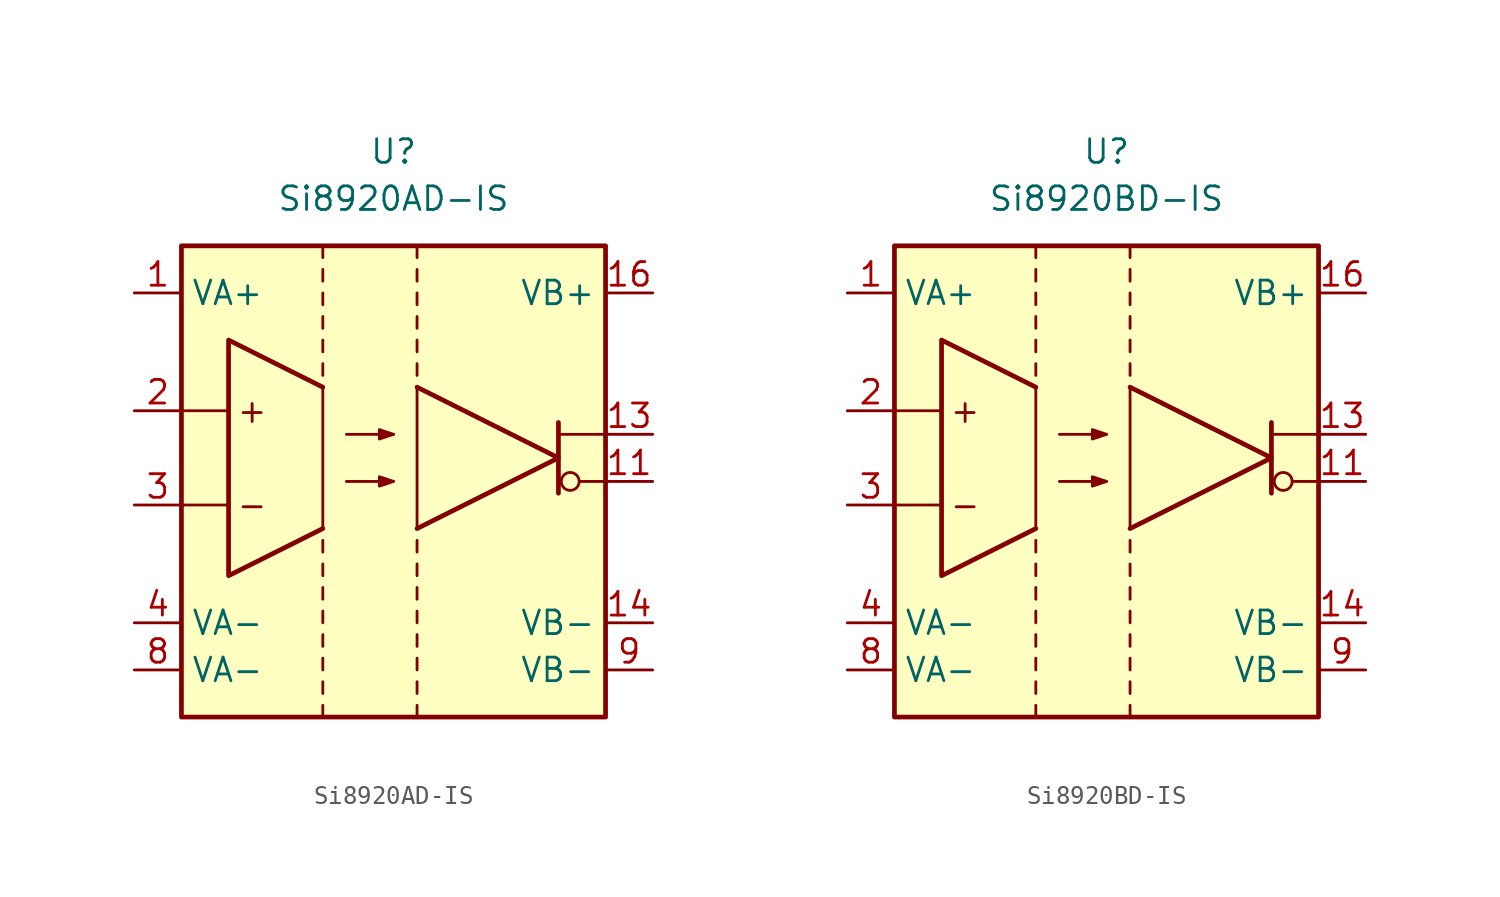
<source format=kicad_sym>
(kicad_symbol_lib
  (version 20231120)
  (generator "kicad_symbol_editor")
  (generator_version "8.0")
  (symbol "Si8920AD-IS"
    (property "Reference" "U"
      (at 0 16.51 0)
      (effects (font (size 1.27 1.27))))
    (property "Value" "Si8920AD-IS"
      (at 0 13.97 0)
      (effects (font (size 1.27 1.27))))
    (symbol "Si8920AD-IS_0_0"
      (rectangle (start -11.43 11.43) (end 11.43 -13.97) (stroke (width 0.254) (type default)) (fill (type background)))
      (polyline (pts (xy -11.43 -2.54) (xy -8.89 -2.54)) (stroke (width 0.152) (type default)) (fill (type none)))
      (polyline (pts (xy -11.43 2.54) (xy -8.89 2.54)) (stroke (width 0.152) (type default)) (fill (type none)))
      (polyline (pts (xy -3.81 3.81) (xy -3.81 -3.81)) (stroke (width 0.152) (type default)) (fill (type none)))
      (polyline (pts (xy 1.27 3.81) (xy 1.27 -3.81)) (stroke (width 0.152) (type default)) (fill (type none)))
      (polyline (pts (xy 1.27 3.81) (xy 8.89 0) (xy 1.27 -3.81)) (stroke (width 0.254) (type default)) (fill (type none)))
      (polyline (pts (xy -3.81 3.81) (xy -8.89 6.35) (xy -8.89 -6.35) (xy -3.81 -3.81)) (stroke (width 0.254) (type default)) (fill (type none)))
      (text "+" (at -7.62 2.54 0) (effects (font (size 1.27 1.27))))
      (text "-" (at -7.62 -2.54 0) (effects (font (size 1.27 1.27)))))
    (symbol "Si8920AD-IS_0_1"
      (polyline (pts (xy -3.81 -13.97) (xy -3.81 -13.335)) (stroke (width 0.152) (type default)) (fill (type none)))
      (polyline (pts (xy -3.81 -12.7) (xy -3.81 -12.065)) (stroke (width 0.152) (type default)) (fill (type none)))
      (polyline (pts (xy -3.81 -11.43) (xy -3.81 -10.795)) (stroke (width 0.152) (type default)) (fill (type none)))
      (polyline (pts (xy -3.81 -10.16) (xy -3.81 -9.525)) (stroke (width 0.152) (type default)) (fill (type none)))
      (polyline (pts (xy -3.81 -8.255) (xy -3.81 -8.89)) (stroke (width 0.152) (type default)) (fill (type none)))
      (polyline (pts (xy -3.81 -6.985) (xy -3.81 -7.62)) (stroke (width 0.152) (type default)) (fill (type none)))
      (polyline (pts (xy -3.81 -5.715) (xy -3.81 -6.35)) (stroke (width 0.152) (type default)) (fill (type none)))
      (polyline (pts (xy -3.81 -4.445) (xy -3.81 -5.08)) (stroke (width 0.152) (type default)) (fill (type none)))
      (polyline (pts (xy -3.81 4.445) (xy -3.81 5.08)) (stroke (width 0.152) (type default)) (fill (type none)))
      (polyline (pts (xy -3.81 5.715) (xy -3.81 6.35)) (stroke (width 0.152) (type default)) (fill (type none)))
      (polyline (pts (xy -3.81 7.62) (xy -3.81 6.985)) (stroke (width 0.152) (type default)) (fill (type none)))
      (polyline (pts (xy -3.81 8.89) (xy -3.81 8.255)) (stroke (width 0.152) (type default)) (fill (type none)))
      (polyline (pts (xy -3.81 10.16) (xy -3.81 9.525)) (stroke (width 0.152) (type default)) (fill (type none)))
      (polyline (pts (xy -3.81 11.43) (xy -3.81 10.795)) (stroke (width 0.152) (type default)) (fill (type none)))
      (polyline (pts (xy 0 -1.27) (xy -2.54 -1.27)) (stroke (width 0.152) (type default)) (fill (type none)))
      (polyline (pts (xy 0 1.27) (xy -2.54 1.27)) (stroke (width 0.152) (type default)) (fill (type none)))
      (polyline (pts (xy 1.27 -13.97) (xy 1.27 -13.335)) (stroke (width 0.152) (type default)) (fill (type none)))
      (polyline (pts (xy 1.27 -12.7) (xy 1.27 -12.065)) (stroke (width 0.152) (type default)) (fill (type none)))
      (polyline (pts (xy 1.27 -11.43) (xy 1.27 -10.795)) (stroke (width 0.152) (type default)) (fill (type none)))
      (polyline (pts (xy 1.27 -10.16) (xy 1.27 -9.525)) (stroke (width 0.152) (type default)) (fill (type none)))
      (polyline (pts (xy 1.27 -8.255) (xy 1.27 -8.89)) (stroke (width 0.152) (type default)) (fill (type none)))
      (polyline (pts (xy 1.27 -6.985) (xy 1.27 -7.62)) (stroke (width 0.152) (type default)) (fill (type none)))
      (polyline (pts (xy 1.27 -5.715) (xy 1.27 -6.35)) (stroke (width 0.152) (type default)) (fill (type none)))
      (polyline (pts (xy 1.27 -4.445) (xy 1.27 -5.08)) (stroke (width 0.152) (type default)) (fill (type none)))
      (polyline (pts (xy 1.27 4.445) (xy 1.27 5.08)) (stroke (width 0.152) (type default)) (fill (type none)))
      (polyline (pts (xy 1.27 5.715) (xy 1.27 6.35)) (stroke (width 0.152) (type default)) (fill (type none)))
      (polyline (pts (xy 1.27 7.62) (xy 1.27 6.985)) (stroke (width 0.152) (type default)) (fill (type none)))
      (polyline (pts (xy 1.27 8.89) (xy 1.27 8.255)) (stroke (width 0.152) (type default)) (fill (type none)))
      (polyline (pts (xy 1.27 10.16) (xy 1.27 9.525)) (stroke (width 0.152) (type default)) (fill (type none)))
      (polyline (pts (xy 1.27 11.43) (xy 1.27 10.795)) (stroke (width 0.152) (type default)) (fill (type none)))
      (polyline (pts (xy 8.89 1.905) (xy 8.89 -1.905)) (stroke (width 0.254) (type default)) (fill (type none)))
      (polyline (pts (xy 11.43 -1.27) (xy 10.058 -1.27)) (stroke (width 0.152) (type default)) (fill (type none)))
      (polyline (pts (xy 11.43 1.27) (xy 8.89 1.27)) (stroke (width 0.152) (type default)) (fill (type none)))
      (polyline (pts (xy 0 -1.27) (xy -0.762 -1.016) (xy -0.762 -1.524) (xy 0 -1.27)) (stroke (width 0.152) (type default)) (fill (type outline)))
      (polyline (pts (xy 0 1.27) (xy -0.762 1.524) (xy -0.762 1.016) (xy 0 1.27)) (stroke (width 0.152) (type default)) (fill (type outline)))
      (circle (center 9.525 -1.27) (radius 0.483) (stroke (width 0.152) (type default)) (fill (type none))))
    (symbol "Si8920AD-IS_1_1"
      (pin power_in line (at -13.97 8.89 0) (length 2.54) (name "VA+" (effects (font (size 1.27 1.27)))) (number "1" (effects (font (size 1.27 1.27)))))
      (pin free line (at -1.27 -2.54 0) (length 2.54) hide (name "NC" (effects (font (size 1.27 1.27)))) (number "10" (effects (font (size 1.27 1.27)))))
      (pin output line (at 13.97 -1.27 180) (length 2.54) (name "~" (effects (font (size 1.27 1.27)))) (number "11" (effects (font (size 1.27 1.27)))))
      (pin free line (at -1.27 -5.08 0) (length 2.54) hide (name "NC" (effects (font (size 1.27 1.27)))) (number "12" (effects (font (size 1.27 1.27)))))
      (pin output line (at 13.97 1.27 180) (length 2.54) (name "~" (effects (font (size 1.27 1.27)))) (number "13" (effects (font (size 1.27 1.27)))))
      (pin power_in line (at 13.97 -8.89 180) (length 2.54) (name "VB-" (effects (font (size 1.27 1.27)))) (number "14" (effects (font (size 1.27 1.27)))))
      (pin free line (at -1.27 -7.62 0) (length 2.54) hide (name "NC" (effects (font (size 1.27 1.27)))) (number "15" (effects (font (size 1.27 1.27)))))
      (pin power_in line (at 13.97 8.89 180) (length 2.54) (name "VB+" (effects (font (size 1.27 1.27)))) (number "16" (effects (font (size 1.27 1.27)))))
      (pin input line (at -13.97 2.54 0) (length 2.54) (name "~" (effects (font (size 1.27 1.27)))) (number "2" (effects (font (size 1.27 1.27)))))
      (pin input line (at -13.97 -2.54 0) (length 2.54) (name "~" (effects (font (size 1.27 1.27)))) (number "3" (effects (font (size 1.27 1.27)))))
      (pin power_in line (at -13.97 -8.89 0) (length 2.54) (name "VA-" (effects (font (size 1.27 1.27)))) (number "4" (effects (font (size 1.27 1.27)))))
      (pin free line (at -1.27 5.08 0) (length 2.54) hide (name "NC" (effects (font (size 1.27 1.27)))) (number "5" (effects (font (size 1.27 1.27)))))
      (pin free line (at -1.27 2.54 0) (length 2.54) hide (name "NC" (effects (font (size 1.27 1.27)))) (number "6" (effects (font (size 1.27 1.27)))))
      (pin free line (at -1.27 0 0) (length 2.54) hide (name "NC" (effects (font (size 1.27 1.27)))) (number "7" (effects (font (size 1.27 1.27)))))
      (pin power_in line (at -13.97 -11.43 0) (length 2.54) (name "VA-" (effects (font (size 1.27 1.27)))) (number "8" (effects (font (size 1.27 1.27)))))
      (pin power_in line (at 13.97 -11.43 180) (length 2.54) (name "VB-" (effects (font (size 1.27 1.27)))) (number "9" (effects (font (size 1.27 1.27)))))))
  (symbol "Si8920BD-IS"
    (property "Reference" "U"
      (at 0 16.51 0)
      (effects (font (size 1.27 1.27))))
    (property "Value" "Si8920BD-IS"
      (at 0 13.97 0)
      (effects (font (size 1.27 1.27))))
    (symbol "Si8920BD-IS_0_0"
      (rectangle (start -11.43 11.43) (end 11.43 -13.97) (stroke (width 0.254) (type default)) (fill (type background)))
      (polyline (pts (xy -11.43 -2.54) (xy -8.89 -2.54)) (stroke (width 0.152) (type default)) (fill (type none)))
      (polyline (pts (xy -11.43 2.54) (xy -8.89 2.54)) (stroke (width 0.152) (type default)) (fill (type none)))
      (polyline (pts (xy -3.81 3.81) (xy -3.81 -3.81)) (stroke (width 0.152) (type default)) (fill (type none)))
      (polyline (pts (xy 1.27 3.81) (xy 1.27 -3.81)) (stroke (width 0.152) (type default)) (fill (type none)))
      (polyline (pts (xy 1.27 3.81) (xy 8.89 0) (xy 1.27 -3.81)) (stroke (width 0.254) (type default)) (fill (type none)))
      (polyline (pts (xy -3.81 3.81) (xy -8.89 6.35) (xy -8.89 -6.35) (xy -3.81 -3.81)) (stroke (width 0.254) (type default)) (fill (type none)))
      (text "+" (at -7.62 2.54 0) (effects (font (size 1.27 1.27))))
      (text "-" (at -7.62 -2.54 0) (effects (font (size 1.27 1.27)))))
    (symbol "Si8920BD-IS_0_1"
      (polyline (pts (xy -3.81 -13.97) (xy -3.81 -13.335)) (stroke (width 0.152) (type default)) (fill (type none)))
      (polyline (pts (xy -3.81 -12.7) (xy -3.81 -12.065)) (stroke (width 0.152) (type default)) (fill (type none)))
      (polyline (pts (xy -3.81 -11.43) (xy -3.81 -10.795)) (stroke (width 0.152) (type default)) (fill (type none)))
      (polyline (pts (xy -3.81 -10.16) (xy -3.81 -9.525)) (stroke (width 0.152) (type default)) (fill (type none)))
      (polyline (pts (xy -3.81 -8.255) (xy -3.81 -8.89)) (stroke (width 0.152) (type default)) (fill (type none)))
      (polyline (pts (xy -3.81 -6.985) (xy -3.81 -7.62)) (stroke (width 0.152) (type default)) (fill (type none)))
      (polyline (pts (xy -3.81 -5.715) (xy -3.81 -6.35)) (stroke (width 0.152) (type default)) (fill (type none)))
      (polyline (pts (xy -3.81 -4.445) (xy -3.81 -5.08)) (stroke (width 0.152) (type default)) (fill (type none)))
      (polyline (pts (xy -3.81 4.445) (xy -3.81 5.08)) (stroke (width 0.152) (type default)) (fill (type none)))
      (polyline (pts (xy -3.81 5.715) (xy -3.81 6.35)) (stroke (width 0.152) (type default)) (fill (type none)))
      (polyline (pts (xy -3.81 7.62) (xy -3.81 6.985)) (stroke (width 0.152) (type default)) (fill (type none)))
      (polyline (pts (xy -3.81 8.89) (xy -3.81 8.255)) (stroke (width 0.152) (type default)) (fill (type none)))
      (polyline (pts (xy -3.81 10.16) (xy -3.81 9.525)) (stroke (width 0.152) (type default)) (fill (type none)))
      (polyline (pts (xy -3.81 11.43) (xy -3.81 10.795)) (stroke (width 0.152) (type default)) (fill (type none)))
      (polyline (pts (xy 0 -1.27) (xy -2.54 -1.27)) (stroke (width 0.152) (type default)) (fill (type none)))
      (polyline (pts (xy 0 1.27) (xy -2.54 1.27)) (stroke (width 0.152) (type default)) (fill (type none)))
      (polyline (pts (xy 1.27 -13.97) (xy 1.27 -13.335)) (stroke (width 0.152) (type default)) (fill (type none)))
      (polyline (pts (xy 1.27 -12.7) (xy 1.27 -12.065)) (stroke (width 0.152) (type default)) (fill (type none)))
      (polyline (pts (xy 1.27 -11.43) (xy 1.27 -10.795)) (stroke (width 0.152) (type default)) (fill (type none)))
      (polyline (pts (xy 1.27 -10.16) (xy 1.27 -9.525)) (stroke (width 0.152) (type default)) (fill (type none)))
      (polyline (pts (xy 1.27 -8.255) (xy 1.27 -8.89)) (stroke (width 0.152) (type default)) (fill (type none)))
      (polyline (pts (xy 1.27 -6.985) (xy 1.27 -7.62)) (stroke (width 0.152) (type default)) (fill (type none)))
      (polyline (pts (xy 1.27 -5.715) (xy 1.27 -6.35)) (stroke (width 0.152) (type default)) (fill (type none)))
      (polyline (pts (xy 1.27 -4.445) (xy 1.27 -5.08)) (stroke (width 0.152) (type default)) (fill (type none)))
      (polyline (pts (xy 1.27 4.445) (xy 1.27 5.08)) (stroke (width 0.152) (type default)) (fill (type none)))
      (polyline (pts (xy 1.27 5.715) (xy 1.27 6.35)) (stroke (width 0.152) (type default)) (fill (type none)))
      (polyline (pts (xy 1.27 7.62) (xy 1.27 6.985)) (stroke (width 0.152) (type default)) (fill (type none)))
      (polyline (pts (xy 1.27 8.89) (xy 1.27 8.255)) (stroke (width 0.152) (type default)) (fill (type none)))
      (polyline (pts (xy 1.27 10.16) (xy 1.27 9.525)) (stroke (width 0.152) (type default)) (fill (type none)))
      (polyline (pts (xy 1.27 11.43) (xy 1.27 10.795)) (stroke (width 0.152) (type default)) (fill (type none)))
      (polyline (pts (xy 8.89 1.905) (xy 8.89 -1.905)) (stroke (width 0.254) (type default)) (fill (type none)))
      (polyline (pts (xy 11.43 -1.27) (xy 10.058 -1.27)) (stroke (width 0.152) (type default)) (fill (type none)))
      (polyline (pts (xy 11.43 1.27) (xy 8.89 1.27)) (stroke (width 0.152) (type default)) (fill (type none)))
      (polyline (pts (xy 0 -1.27) (xy -0.762 -1.016) (xy -0.762 -1.524) (xy 0 -1.27)) (stroke (width 0.152) (type default)) (fill (type outline)))
      (polyline (pts (xy 0 1.27) (xy -0.762 1.524) (xy -0.762 1.016) (xy 0 1.27)) (stroke (width 0.152) (type default)) (fill (type outline)))
      (circle (center 9.525 -1.27) (radius 0.483) (stroke (width 0.152) (type default)) (fill (type none))))
    (symbol "Si8920BD-IS_1_1"
      (pin power_in line (at -13.97 8.89 0) (length 2.54) (name "VA+" (effects (font (size 1.27 1.27)))) (number "1" (effects (font (size 1.27 1.27)))))
      (pin free line (at 0 -2.54 0) (length 2.54) hide (name "NC" (effects (font (size 1.27 1.27)))) (number "10" (effects (font (size 1.27 1.27)))))
      (pin output line (at 13.97 -1.27 180) (length 2.54) (name "~" (effects (font (size 1.27 1.27)))) (number "11" (effects (font (size 1.27 1.27)))))
      (pin free line (at 0 -5.08 0) (length 2.54) hide (name "NC" (effects (font (size 1.27 1.27)))) (number "12" (effects (font (size 1.27 1.27)))))
      (pin output line (at 13.97 1.27 180) (length 2.54) (name "~" (effects (font (size 1.27 1.27)))) (number "13" (effects (font (size 1.27 1.27)))))
      (pin power_in line (at 13.97 -8.89 180) (length 2.54) (name "VB-" (effects (font (size 1.27 1.27)))) (number "14" (effects (font (size 1.27 1.27)))))
      (pin free line (at 0 -7.62 0) (length 2.54) hide (name "NC" (effects (font (size 1.27 1.27)))) (number "15" (effects (font (size 1.27 1.27)))))
      (pin power_in line (at 13.97 8.89 180) (length 2.54) (name "VB+" (effects (font (size 1.27 1.27)))) (number "16" (effects (font (size 1.27 1.27)))))
      (pin input line (at -13.97 2.54 0) (length 2.54) (name "~" (effects (font (size 1.27 1.27)))) (number "2" (effects (font (size 1.27 1.27)))))
      (pin input line (at -13.97 -2.54 0) (length 2.54) (name "~" (effects (font (size 1.27 1.27)))) (number "3" (effects (font (size 1.27 1.27)))))
      (pin power_in line (at -13.97 -8.89 0) (length 2.54) (name "VA-" (effects (font (size 1.27 1.27)))) (number "4" (effects (font (size 1.27 1.27)))))
      (pin free line (at 0 5.08 0) (length 2.54) hide (name "NC" (effects (font (size 1.27 1.27)))) (number "5" (effects (font (size 1.27 1.27)))))
      (pin free line (at 0 2.54 0) (length 2.54) hide (name "NC" (effects (font (size 1.27 1.27)))) (number "6" (effects (font (size 1.27 1.27)))))
      (pin free line (at 0 0 0) (length 2.54) hide (name "NC" (effects (font (size 1.27 1.27)))) (number "7" (effects (font (size 1.27 1.27)))))
      (pin power_in line (at -13.97 -11.43 0) (length 2.54) (name "VA-" (effects (font (size 1.27 1.27)))) (number "8" (effects (font (size 1.27 1.27)))))
      (pin power_in line (at 13.97 -11.43 180) (length 2.54) (name "VB-" (effects (font (size 1.27 1.27)))) (number "9" (effects (font (size 1.27 1.27))))))))
</source>
